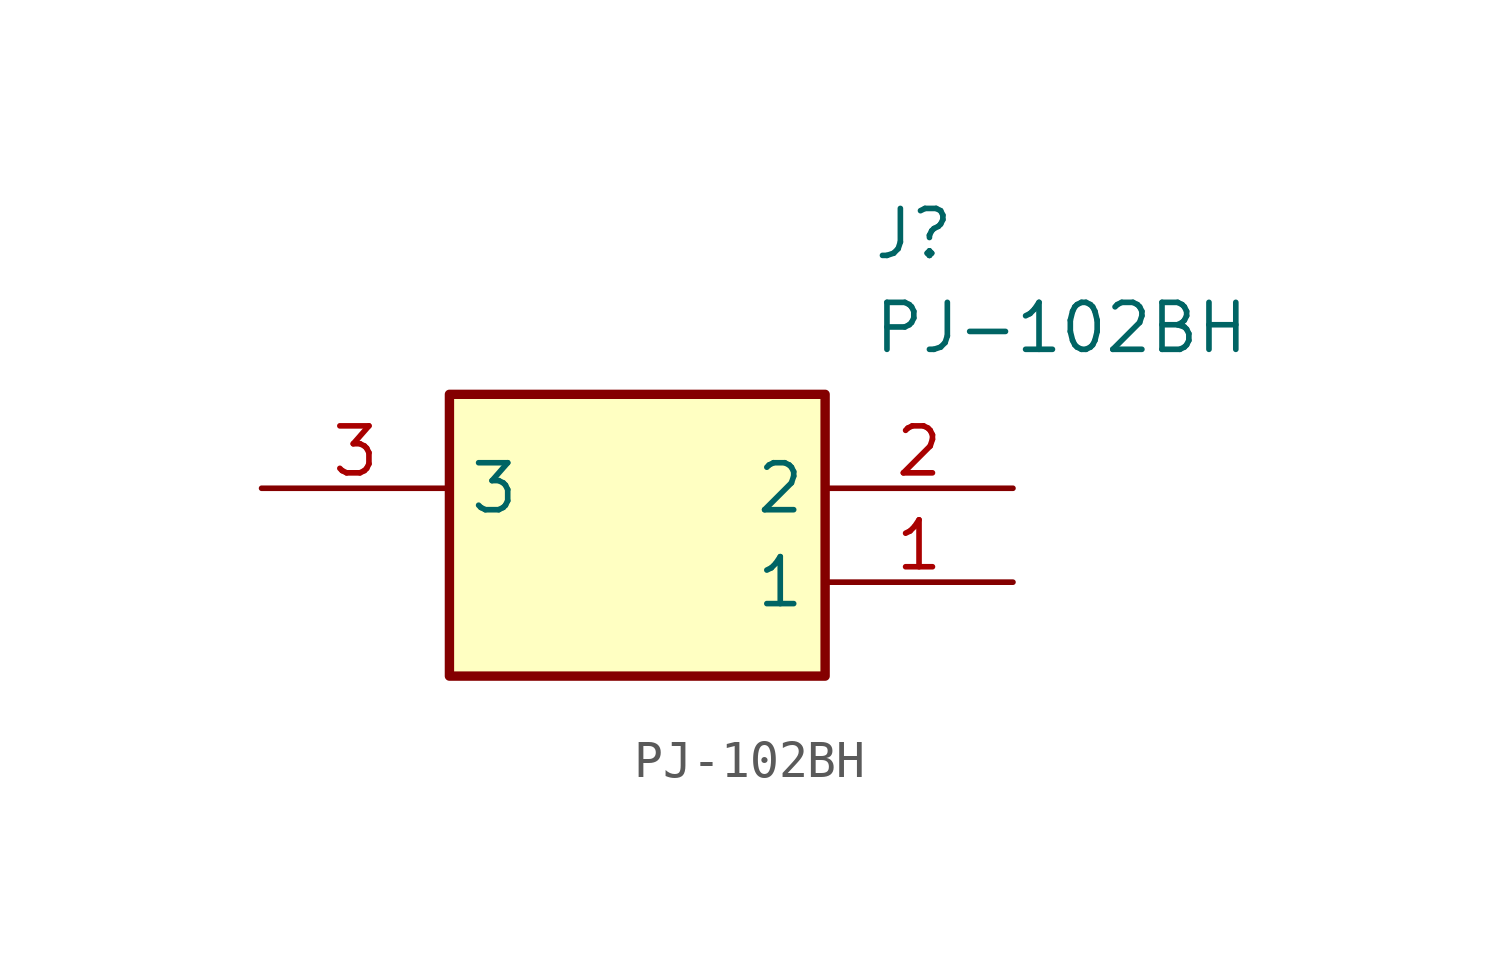
<source format=kicad_sym>
(kicad_symbol_lib
  (version 20211014)
  (generator SamacSys_ECAD_Model)
  (symbol "PJ-102BH"
    (property "Reference" "J"
      (at 16.51 7.62 0)
      (effects (font (size 1.27 1.27)) (justify left top)))
    (property "Value" "PJ-102BH"
      (at 16.51 5.08 0)
      (effects (font (size 1.27 1.27)) (justify left top)))
    (rectangle
      (start 5.08 2.54)
      (end 15.24 -5.08)
      (stroke (width 0.254) (type default))
      (fill (type background)))
    (pin passive line
      (at 20.32 -2.54 180)
      (length 5.08)
      (name "1" (effects (font (size 1.27 1.27))))
      (number "1" (effects (font (size 1.27 1.27)))))
    (pin passive line
      (at 20.32 0 180)
      (length 5.08)
      (name "2" (effects (font (size 1.27 1.27))))
      (number "2" (effects (font (size 1.27 1.27)))))
    (pin passive line
      (at 0 0 0)
      (length 5.08)
      (name "3" (effects (font (size 1.27 1.27))))
      (number "3" (effects (font (size 1.27 1.27)))))))
</source>
